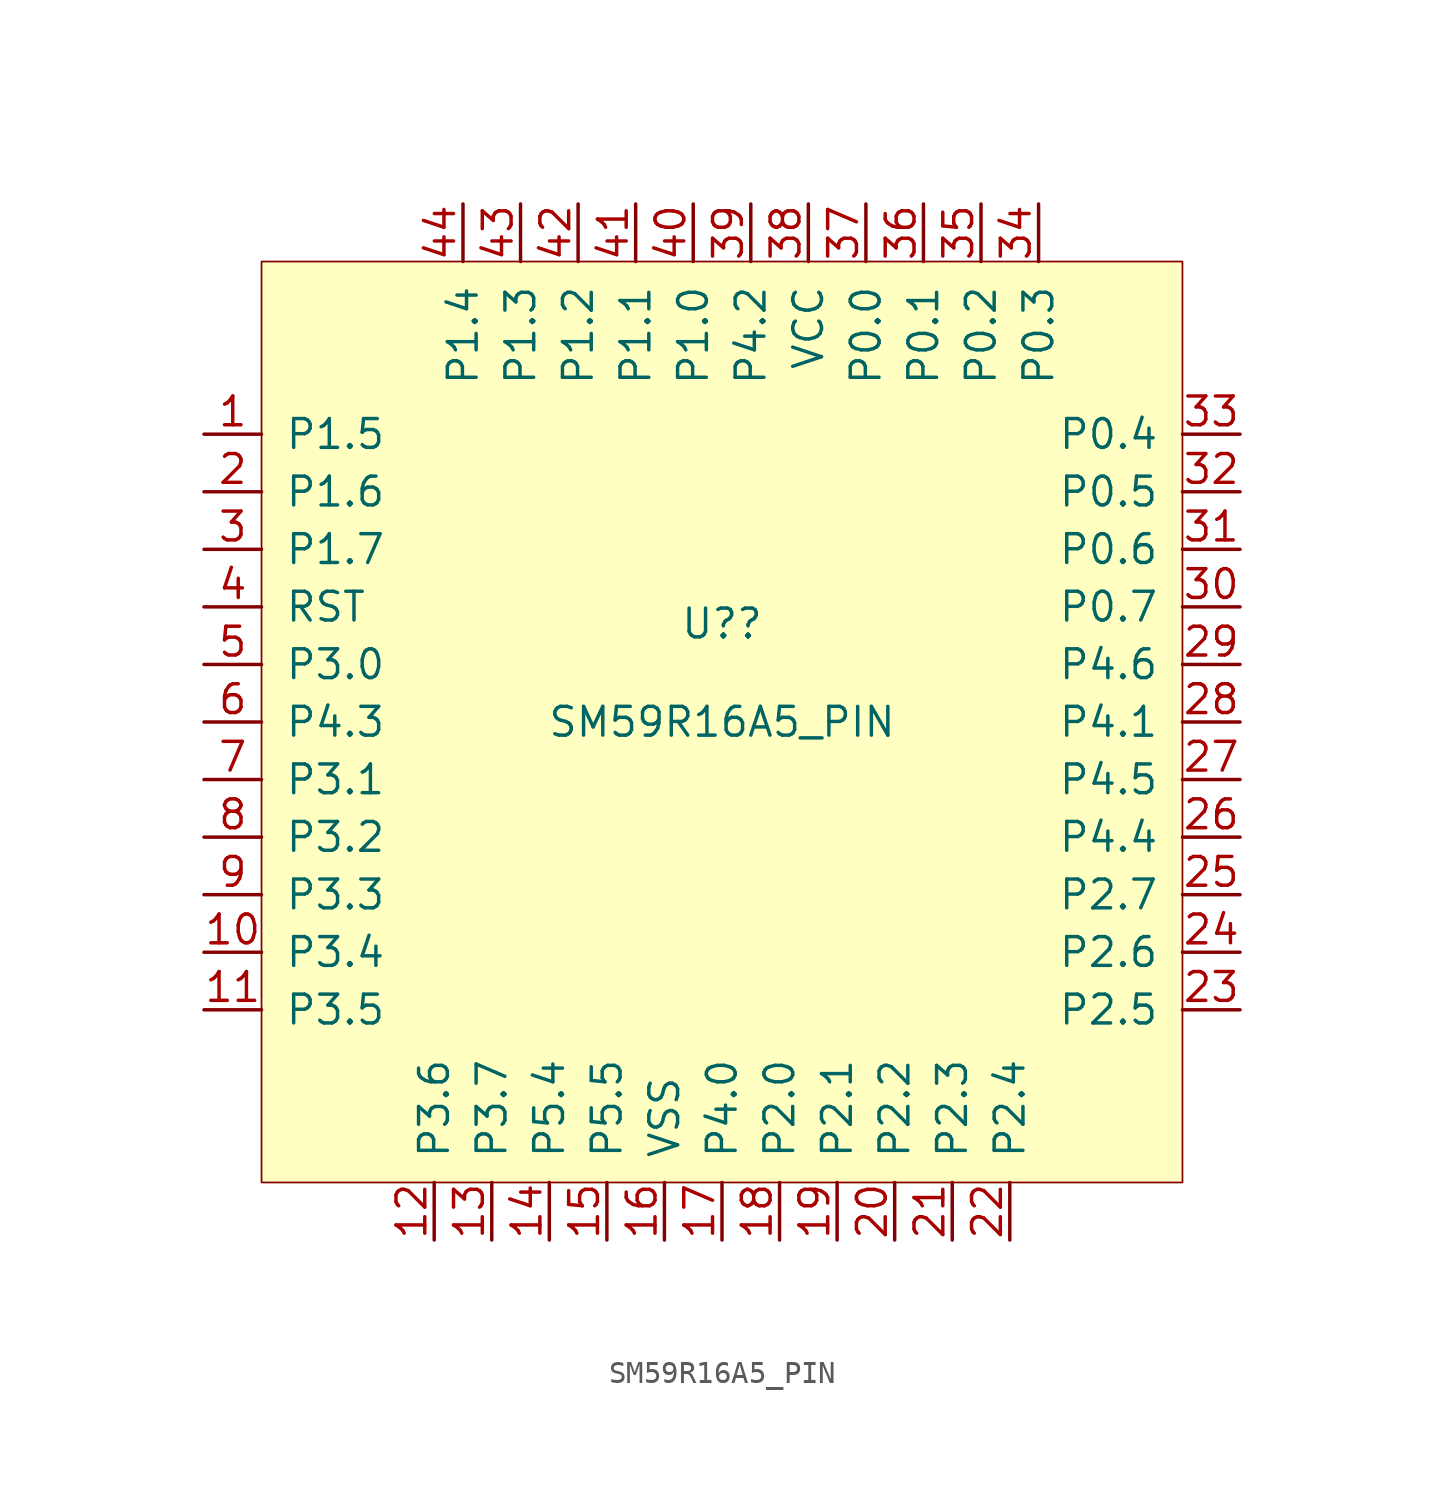
<source format=kicad_sym>
(kicad_symbol_lib
  (version 20220914)
  (generator kicad_symbol_editor)
  (symbol "SM59R16A5_PIN"
    (pin_names
      (offset 1.016))
    (property "Reference" "U?"
      (at 0 5.08 0)
      (effects (font (size 1.27 1.27)) (justify top)))
    (property "Value" "SM59R16A5_PIN"
      (at 0 0 0)
      (effects (font (size 1.27 1.27))))
    (symbol "SM59R16A5_PIN_1_1"
      (rectangle (start -20.32 20.32) (end 20.32 -20.32) (stroke (width 0.076) (type solid)) (fill (type background)))
      (pin bidirectional line (at -22.86 12.7 0) (length 2.54) (name "P1.5" (effects (font (size 1.27 1.27)))) (number "1" (effects (font (size 1.27 1.27)))) (alternate "ADC5" bidirectional line) (alternate "MOSI" bidirectional line))
      (pin bidirectional line (at -22.86 -10.16 0) (length 2.54) (name "P3.4" (effects (font (size 1.27 1.27)))) (number "10" (effects (font (size 1.27 1.27)))) (alternate "T0" bidirectional line))
      (pin bidirectional line (at -22.86 -12.7 0) (length 2.54) (name "P3.5" (effects (font (size 1.27 1.27)))) (number "11" (effects (font (size 1.27 1.27)))) (alternate "T1" bidirectional line))
      (pin bidirectional line (at -12.7 -22.86 90) (length 2.54) (name "P3.6" (effects (font (size 1.27 1.27)))) (number "12" (effects (font (size 1.27 1.27)))) (alternate "~{WR}" bidirectional line))
      (pin bidirectional line (at -10.16 -22.86 90) (length 2.54) (name "P3.7" (effects (font (size 1.27 1.27)))) (number "13" (effects (font (size 1.27 1.27)))) (alternate "~{RD}" bidirectional line))
      (pin bidirectional line (at -7.62 -22.86 90) (length 2.54) (name "P5.4" (effects (font (size 1.27 1.27)))) (number "14" (effects (font (size 1.27 1.27)))) (alternate "X32OUT" bidirectional line) (alternate "XTAL2" bidirectional line))
      (pin bidirectional line (at -5.08 -22.86 90) (length 2.54) (name "P5.5" (effects (font (size 1.27 1.27)))) (number "15" (effects (font (size 1.27 1.27)))) (alternate "X32IN" bidirectional line) (alternate "XTAL1" bidirectional line))
      (pin power_in line (at -2.54 -22.86 90) (length 2.54) (name "VSS" (effects (font (size 1.27 1.27)))) (number "16" (effects (font (size 1.27 1.27)))))
      (pin bidirectional line (at 0 -22.86 90) (length 2.54) (name "P4.0" (effects (font (size 1.27 1.27)))) (number "17" (effects (font (size 1.27 1.27)))) (alternate "CC0" bidirectional line) (alternate "IIC_SCL" bidirectional line) (alternate "PWM0" bidirectional line) (alternate "SS" bidirectional line))
      (pin bidirectional line (at 2.54 -22.86 90) (length 2.54) (name "P2.0" (effects (font (size 1.27 1.27)))) (number "18" (effects (font (size 1.27 1.27)))) (alternate "A8" bidirectional line) (alternate "CC0" bidirectional line) (alternate "KBI0" bidirectional line))
      (pin bidirectional line (at 5.08 -22.86 90) (length 2.54) (name "P2.1" (effects (font (size 1.27 1.27)))) (number "19" (effects (font (size 1.27 1.27)))) (alternate "A9" bidirectional line) (alternate "CC1" bidirectional line) (alternate "KBI1" bidirectional line))
      (pin bidirectional line (at -22.86 10.16 0) (length 2.54) (name "P1.6" (effects (font (size 1.27 1.27)))) (number "2" (effects (font (size 1.27 1.27)))) (alternate "ADC6" bidirectional line) (alternate "IIC_SCL" bidirectional line) (alternate "MISO" bidirectional line))
      (pin bidirectional line (at 7.62 -22.86 90) (length 2.54) (name "P2.2" (effects (font (size 1.27 1.27)))) (number "20" (effects (font (size 1.27 1.27)))) (alternate "A10" bidirectional line) (alternate "CC2" bidirectional line) (alternate "KBI2" bidirectional line) (alternate "Op1Out" bidirectional line))
      (pin bidirectional line (at 10.16 -22.86 90) (length 2.54) (name "P2.3" (effects (font (size 1.27 1.27)))) (number "21" (effects (font (size 1.27 1.27)))) (alternate "A11" bidirectional line) (alternate "CC3" bidirectional line) (alternate "KBI3" bidirectional line) (alternate "Op1NIn" bidirectional line))
      (pin bidirectional line (at 12.7 -22.86 90) (length 2.54) (name "P2.4" (effects (font (size 1.27 1.27)))) (number "22" (effects (font (size 1.27 1.27)))) (alternate "A12" bidirectional line) (alternate "KBI4" bidirectional line) (alternate "Op1Pin" bidirectional line) (alternate "PWM0" bidirectional line))
      (pin bidirectional line (at 22.86 -12.7 180) (length 2.54) (name "P2.5" (effects (font (size 1.27 1.27)))) (number "23" (effects (font (size 1.27 1.27)))) (alternate "A13" bidirectional line) (alternate "KBI5" bidirectional line) (alternate "Op0NIn" bidirectional line) (alternate "PWM1" bidirectional line))
      (pin bidirectional line (at 22.86 -10.16 180) (length 2.54) (name "P2.6" (effects (font (size 1.27 1.27)))) (number "24" (effects (font (size 1.27 1.27)))) (alternate "A14" bidirectional line) (alternate "KBI6" bidirectional line) (alternate "Op0Pin" bidirectional line) (alternate "PWM2" bidirectional line))
      (pin bidirectional line (at 22.86 -7.62 180) (length 2.54) (name "P2.7" (effects (font (size 1.27 1.27)))) (number "25" (effects (font (size 1.27 1.27)))) (alternate "A15" bidirectional line) (alternate "KBI7" bidirectional line) (alternate "Op0Out" bidirectional line) (alternate "PWM3" bidirectional line))
      (pin bidirectional line (at 22.86 -5.08 180) (length 2.54) (name "P4.4" (effects (font (size 1.27 1.27)))) (number "26" (effects (font (size 1.27 1.27)))) (alternate "OCI_SCL" bidirectional line))
      (pin bidirectional line (at 22.86 -2.54 180) (length 2.54) (name "P4.5" (effects (font (size 1.27 1.27)))) (number "27" (effects (font (size 1.27 1.27)))) (alternate "ALE" bidirectional line))
      (pin bidirectional line (at 22.86 0 180) (length 2.54) (name "P4.1" (effects (font (size 1.27 1.27)))) (number "28" (effects (font (size 1.27 1.27)))) (alternate "CC1" bidirectional line) (alternate "IIC_SDA" bidirectional line) (alternate "MOSI" bidirectional line) (alternate "PWM1" bidirectional line))
      (pin bidirectional line (at 22.86 2.54 180) (length 2.54) (name "P4.6" (effects (font (size 1.27 1.27)))) (number "29" (effects (font (size 1.27 1.27)))) (alternate "OCI_SDA" bidirectional line))
      (pin bidirectional line (at -22.86 7.62 0) (length 2.54) (name "P1.7" (effects (font (size 1.27 1.27)))) (number "3" (effects (font (size 1.27 1.27)))) (alternate "ADC7" bidirectional line) (alternate "IIC_SDA" bidirectional line) (alternate "SPI_CLK" bidirectional line))
      (pin bidirectional line (at 22.86 5.08 180) (length 2.54) (name "P0.7" (effects (font (size 1.27 1.27)))) (number "30" (effects (font (size 1.27 1.27)))) (alternate "AD7" bidirectional line) (alternate "KBI7" bidirectional line))
      (pin bidirectional line (at 22.86 7.62 180) (length 2.54) (name "P0.6" (effects (font (size 1.27 1.27)))) (number "31" (effects (font (size 1.27 1.27)))) (alternate "AD6" bidirectional line) (alternate "KBI6" bidirectional line))
      (pin bidirectional line (at 22.86 10.16 180) (length 2.54) (name "P0.5" (effects (font (size 1.27 1.27)))) (number "32" (effects (font (size 1.27 1.27)))) (alternate "AD5" bidirectional line) (alternate "KBI6" bidirectional line))
      (pin bidirectional line (at 22.86 12.7 180) (length 2.54) (name "P0.4" (effects (font (size 1.27 1.27)))) (number "33" (effects (font (size 1.27 1.27)))) (alternate "AD4" bidirectional line) (alternate "KBI4" bidirectional line))
      (pin bidirectional line (at 13.97 22.86 270) (length 2.54) (name "P0.3" (effects (font (size 1.27 1.27)))) (number "34" (effects (font (size 1.27 1.27)))) (alternate "AD3" bidirectional line) (alternate "KBI3" bidirectional line))
      (pin bidirectional line (at 11.43 22.86 270) (length 2.54) (name "P0.2" (effects (font (size 1.27 1.27)))) (number "35" (effects (font (size 1.27 1.27)))) (alternate "AD2" bidirectional line) (alternate "KBI2" bidirectional line))
      (pin bidirectional line (at 8.89 22.86 270) (length 2.54) (name "P0.1" (effects (font (size 1.27 1.27)))) (number "36" (effects (font (size 1.27 1.27)))) (alternate "AD1" bidirectional line) (alternate "KBI1" bidirectional line))
      (pin bidirectional line (at 6.35 22.86 270) (length 2.54) (name "P0.0" (effects (font (size 1.27 1.27)))) (number "37" (effects (font (size 1.27 1.27)))) (alternate "AD0" bidirectional line) (alternate "KBI0" bidirectional line))
      (pin power_in line (at 3.81 22.86 270) (length 2.54) (name "VCC" (effects (font (size 1.27 1.27)))) (number "38" (effects (font (size 1.27 1.27)))))
      (pin bidirectional line (at 1.27 22.86 270) (length 2.54) (name "P4.2" (effects (font (size 1.27 1.27)))) (number "39" (effects (font (size 1.27 1.27)))) (alternate "CC2" bidirectional line) (alternate "MISO" bidirectional line) (alternate "PWM2" bidirectional line) (alternate "RXD1" bidirectional line))
      (pin bidirectional line (at -22.86 5.08 0) (length 2.54) (name "RST" (effects (font (size 1.27 1.27)))) (number "4" (effects (font (size 1.27 1.27)))) (alternate "P4.7" bidirectional line))
      (pin bidirectional line (at -1.27 22.86 270) (length 2.54) (name "P1.0" (effects (font (size 1.27 1.27)))) (number "40" (effects (font (size 1.27 1.27)))) (alternate "ADC0" bidirectional line) (alternate "CC0" bidirectional line) (alternate "T2" bidirectional line))
      (pin bidirectional line (at -3.81 22.86 270) (length 2.54) (name "P1.1" (effects (font (size 1.27 1.27)))) (number "41" (effects (font (size 1.27 1.27)))) (alternate "ADC1" bidirectional line) (alternate "CC1" bidirectional line) (alternate "T2EX" bidirectional line))
      (pin bidirectional line (at -6.35 22.86 270) (length 2.54) (name "P1.2" (effects (font (size 1.27 1.27)))) (number "42" (effects (font (size 1.27 1.27)))) (alternate "ADC2" bidirectional line) (alternate "RXD1" bidirectional line))
      (pin bidirectional line (at -8.89 22.86 270) (length 2.54) (name "P1.3" (effects (font (size 1.27 1.27)))) (number "43" (effects (font (size 1.27 1.27)))) (alternate "ADC3" bidirectional line) (alternate "CC2" bidirectional line) (alternate "TXD1" bidirectional line))
      (pin bidirectional line (at -11.43 22.86 270) (length 2.54) (name "P1.4" (effects (font (size 1.27 1.27)))) (number "44" (effects (font (size 1.27 1.27)))) (alternate "ADC4" bidirectional line) (alternate "CC3" bidirectional line) (alternate "SS" bidirectional line))
      (pin bidirectional line (at -22.86 2.54 0) (length 2.54) (name "P3.0" (effects (font (size 1.27 1.27)))) (number "5" (effects (font (size 1.27 1.27)))) (alternate "RXD0" bidirectional line))
      (pin bidirectional line (at -22.86 0 0) (length 2.54) (name "P4.3" (effects (font (size 1.27 1.27)))) (number "6" (effects (font (size 1.27 1.27)))) (alternate "CC3" bidirectional line) (alternate "PWM3" bidirectional line) (alternate "SPI_CLK" bidirectional line) (alternate "TXD1" bidirectional line))
      (pin bidirectional line (at -22.86 -2.54 0) (length 2.54) (name "P3.1" (effects (font (size 1.27 1.27)))) (number "7" (effects (font (size 1.27 1.27)))) (alternate "TXD0" bidirectional line))
      (pin bidirectional line (at -22.86 -5.08 0) (length 2.54) (name "P3.2" (effects (font (size 1.27 1.27)))) (number "8" (effects (font (size 1.27 1.27)))) (alternate "~{INT0}" bidirectional line))
      (pin bidirectional line (at -22.86 -7.62 0) (length 2.54) (name "P3.3" (effects (font (size 1.27 1.27)))) (number "9" (effects (font (size 1.27 1.27)))) (alternate "~{INT1}" bidirectional line)))))
</source>
